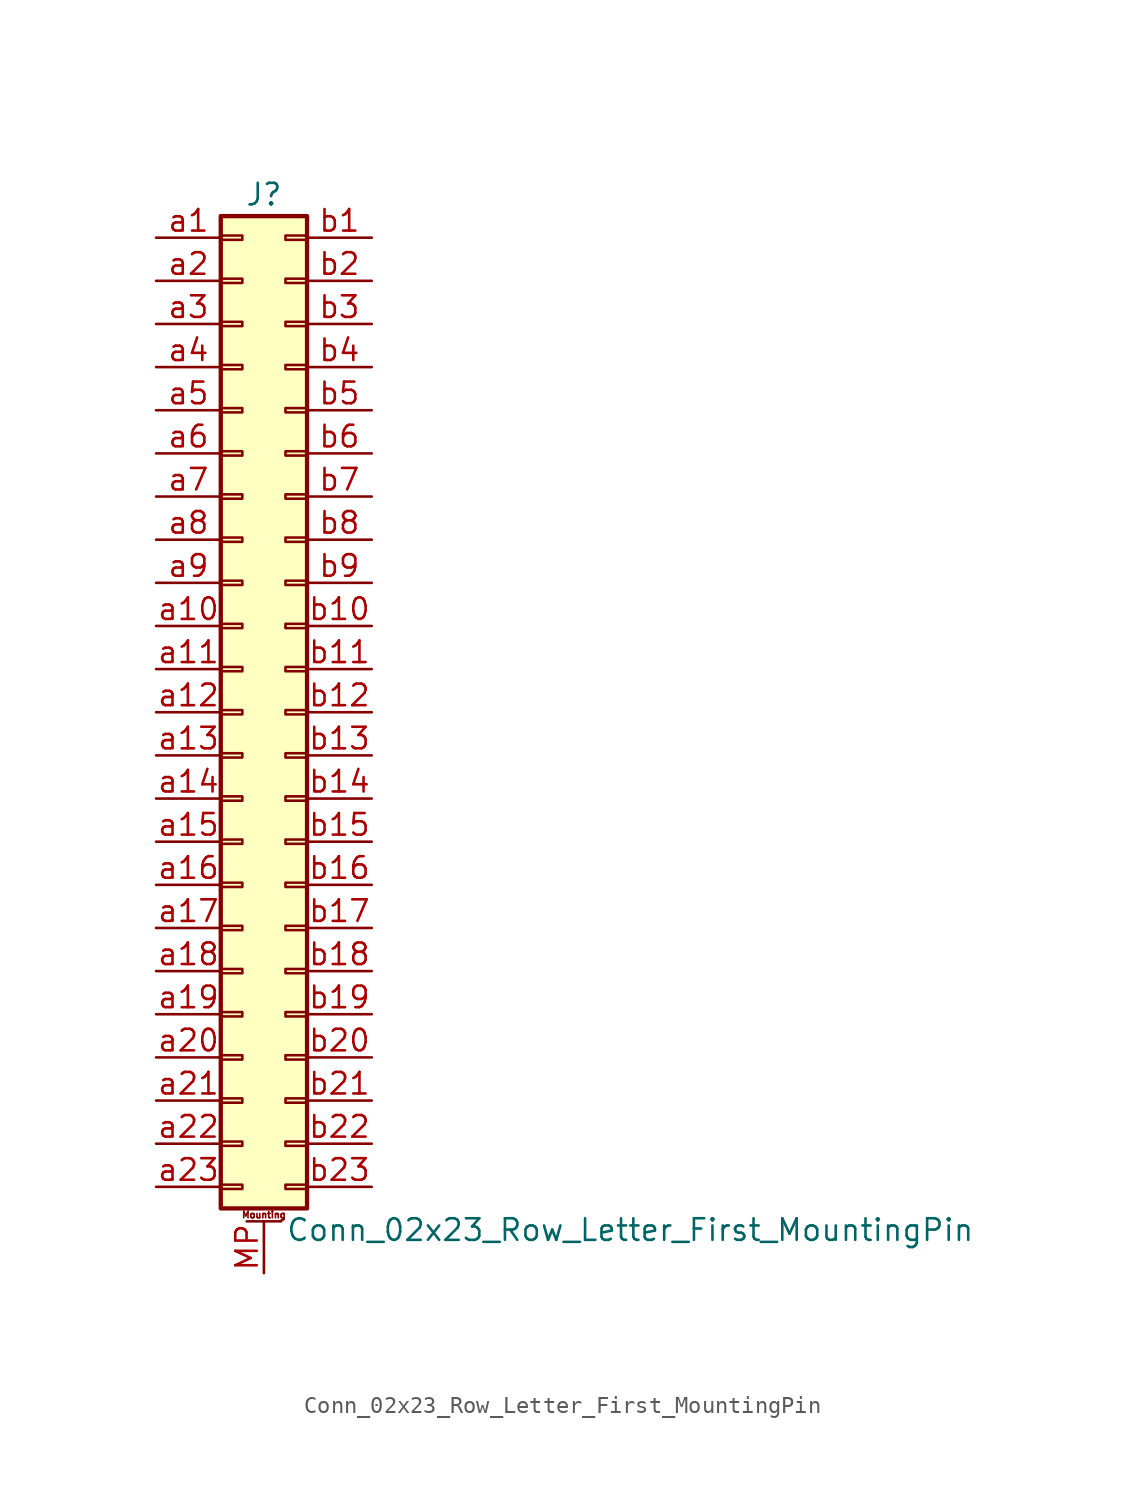
<source format=kicad_sym>
(kicad_symbol_lib
  (version 20201005)
  (generator kicad_symbol_editor)
  (symbol "Conn_02x23_Row_Letter_First_MountingPin"
    (pin_names
      (offset 1.016) hide)
    (property "Reference" "J"
      (at 1.27 30.48 0)
      (effects (font (size 1.27 1.27))))
    (property "Value" "Conn_02x23_Row_Letter_First_MountingPin"
      (at 2.54 -30.48 0)
      (effects (font (size 1.27 1.27)) (justify left)))
    (symbol "Conn_02x23_Row_Letter_First_MountingPin_1_1"
      (text "Mounting" (at 1.27 -29.591 0) (effects (font (size 0.381 0.381))))
      (rectangle (start -1.27 -27.813) (end 0 -28.067) (stroke (width 0.152)) (fill (type none)))
      (rectangle (start -1.27 -25.273) (end 0 -25.527) (stroke (width 0.152)) (fill (type none)))
      (rectangle (start -1.27 -22.733) (end 0 -22.987) (stroke (width 0.152)) (fill (type none)))
      (rectangle (start -1.27 -20.193) (end 0 -20.447) (stroke (width 0.152)) (fill (type none)))
      (rectangle (start -1.27 -17.653) (end 0 -17.907) (stroke (width 0.152)) (fill (type none)))
      (rectangle (start -1.27 -15.113) (end 0 -15.367) (stroke (width 0.152)) (fill (type none)))
      (rectangle (start -1.27 -12.573) (end 0 -12.827) (stroke (width 0.152)) (fill (type none)))
      (rectangle (start -1.27 -10.033) (end 0 -10.287) (stroke (width 0.152)) (fill (type none)))
      (rectangle (start -1.27 -7.493) (end 0 -7.747) (stroke (width 0.152)) (fill (type none)))
      (rectangle (start -1.27 -4.953) (end 0 -5.207) (stroke (width 0.152)) (fill (type none)))
      (rectangle (start -1.27 -2.413) (end 0 -2.667) (stroke (width 0.152)) (fill (type none)))
      (rectangle (start -1.27 0.127) (end 0 -0.127) (stroke (width 0.152)) (fill (type none)))
      (rectangle (start -1.27 2.667) (end 0 2.413) (stroke (width 0.152)) (fill (type none)))
      (rectangle (start -1.27 5.207) (end 0 4.953) (stroke (width 0.152)) (fill (type none)))
      (rectangle (start -1.27 7.747) (end 0 7.493) (stroke (width 0.152)) (fill (type none)))
      (rectangle (start -1.27 10.287) (end 0 10.033) (stroke (width 0.152)) (fill (type none)))
      (rectangle (start -1.27 12.827) (end 0 12.573) (stroke (width 0.152)) (fill (type none)))
      (rectangle (start -1.27 15.367) (end 0 15.113) (stroke (width 0.152)) (fill (type none)))
      (rectangle (start -1.27 17.907) (end 0 17.653) (stroke (width 0.152)) (fill (type none)))
      (rectangle (start -1.27 20.447) (end 0 20.193) (stroke (width 0.152)) (fill (type none)))
      (rectangle (start -1.27 22.987) (end 0 22.733) (stroke (width 0.152)) (fill (type none)))
      (rectangle (start -1.27 25.527) (end 0 25.273) (stroke (width 0.152)) (fill (type none)))
      (rectangle (start -1.27 28.067) (end 0 27.813) (stroke (width 0.152)) (fill (type none)))
      (rectangle (start -1.27 29.21) (end 3.81 -29.21) (stroke (width 0.254)) (fill (type background)))
      (rectangle (start 3.81 -27.813) (end 2.54 -28.067) (stroke (width 0.152)) (fill (type none)))
      (rectangle (start 3.81 -25.273) (end 2.54 -25.527) (stroke (width 0.152)) (fill (type none)))
      (rectangle (start 3.81 -22.733) (end 2.54 -22.987) (stroke (width 0.152)) (fill (type none)))
      (rectangle (start 3.81 -20.193) (end 2.54 -20.447) (stroke (width 0.152)) (fill (type none)))
      (rectangle (start 3.81 -17.653) (end 2.54 -17.907) (stroke (width 0.152)) (fill (type none)))
      (rectangle (start 3.81 -15.113) (end 2.54 -15.367) (stroke (width 0.152)) (fill (type none)))
      (rectangle (start 3.81 -12.573) (end 2.54 -12.827) (stroke (width 0.152)) (fill (type none)))
      (rectangle (start 3.81 -10.033) (end 2.54 -10.287) (stroke (width 0.152)) (fill (type none)))
      (rectangle (start 3.81 -7.493) (end 2.54 -7.747) (stroke (width 0.152)) (fill (type none)))
      (rectangle (start 3.81 -4.953) (end 2.54 -5.207) (stroke (width 0.152)) (fill (type none)))
      (rectangle (start 3.81 -2.413) (end 2.54 -2.667) (stroke (width 0.152)) (fill (type none)))
      (rectangle (start 3.81 0.127) (end 2.54 -0.127) (stroke (width 0.152)) (fill (type none)))
      (rectangle (start 3.81 2.667) (end 2.54 2.413) (stroke (width 0.152)) (fill (type none)))
      (rectangle (start 3.81 5.207) (end 2.54 4.953) (stroke (width 0.152)) (fill (type none)))
      (rectangle (start 3.81 7.747) (end 2.54 7.493) (stroke (width 0.152)) (fill (type none)))
      (rectangle (start 3.81 10.287) (end 2.54 10.033) (stroke (width 0.152)) (fill (type none)))
      (rectangle (start 3.81 12.827) (end 2.54 12.573) (stroke (width 0.152)) (fill (type none)))
      (rectangle (start 3.81 15.367) (end 2.54 15.113) (stroke (width 0.152)) (fill (type none)))
      (rectangle (start 3.81 17.907) (end 2.54 17.653) (stroke (width 0.152)) (fill (type none)))
      (rectangle (start 3.81 20.447) (end 2.54 20.193) (stroke (width 0.152)) (fill (type none)))
      (rectangle (start 3.81 22.987) (end 2.54 22.733) (stroke (width 0.152)) (fill (type none)))
      (rectangle (start 3.81 25.527) (end 2.54 25.273) (stroke (width 0.152)) (fill (type none)))
      (rectangle (start 3.81 28.067) (end 2.54 27.813) (stroke (width 0.152)) (fill (type none)))
      (polyline (pts (xy 0.254 -29.972) (xy 2.286 -29.972)) (stroke (width 0.152)) (fill (type none)))
      (pin passive line (at 1.27 -33.02 90) (length 3.048) (name "MountPin" (effects (font (size 1.27 1.27)))) (number "MP" (effects (font (size 1.27 1.27)))))
      (pin passive line (at -5.08 27.94 0) (length 3.81) (name "Pin_a1" (effects (font (size 1.27 1.27)))) (number "a1" (effects (font (size 1.27 1.27)))))
      (pin passive line (at -5.08 5.08 0) (length 3.81) (name "Pin_a10" (effects (font (size 1.27 1.27)))) (number "a10" (effects (font (size 1.27 1.27)))))
      (pin passive line (at -5.08 2.54 0) (length 3.81) (name "Pin_a11" (effects (font (size 1.27 1.27)))) (number "a11" (effects (font (size 1.27 1.27)))))
      (pin passive line (at -5.08 0 0) (length 3.81) (name "Pin_a12" (effects (font (size 1.27 1.27)))) (number "a12" (effects (font (size 1.27 1.27)))))
      (pin passive line (at -5.08 -2.54 0) (length 3.81) (name "Pin_a13" (effects (font (size 1.27 1.27)))) (number "a13" (effects (font (size 1.27 1.27)))))
      (pin passive line (at -5.08 -5.08 0) (length 3.81) (name "Pin_a14" (effects (font (size 1.27 1.27)))) (number "a14" (effects (font (size 1.27 1.27)))))
      (pin passive line (at -5.08 -7.62 0) (length 3.81) (name "Pin_a15" (effects (font (size 1.27 1.27)))) (number "a15" (effects (font (size 1.27 1.27)))))
      (pin passive line (at -5.08 -10.16 0) (length 3.81) (name "Pin_a16" (effects (font (size 1.27 1.27)))) (number "a16" (effects (font (size 1.27 1.27)))))
      (pin passive line (at -5.08 -12.7 0) (length 3.81) (name "Pin_a17" (effects (font (size 1.27 1.27)))) (number "a17" (effects (font (size 1.27 1.27)))))
      (pin passive line (at -5.08 -15.24 0) (length 3.81) (name "Pin_a18" (effects (font (size 1.27 1.27)))) (number "a18" (effects (font (size 1.27 1.27)))))
      (pin passive line (at -5.08 -17.78 0) (length 3.81) (name "Pin_a19" (effects (font (size 1.27 1.27)))) (number "a19" (effects (font (size 1.27 1.27)))))
      (pin passive line (at -5.08 25.4 0) (length 3.81) (name "Pin_a2" (effects (font (size 1.27 1.27)))) (number "a2" (effects (font (size 1.27 1.27)))))
      (pin passive line (at -5.08 -20.32 0) (length 3.81) (name "Pin_a20" (effects (font (size 1.27 1.27)))) (number "a20" (effects (font (size 1.27 1.27)))))
      (pin passive line (at -5.08 -22.86 0) (length 3.81) (name "Pin_a21" (effects (font (size 1.27 1.27)))) (number "a21" (effects (font (size 1.27 1.27)))))
      (pin passive line (at -5.08 -25.4 0) (length 3.81) (name "Pin_a22" (effects (font (size 1.27 1.27)))) (number "a22" (effects (font (size 1.27 1.27)))))
      (pin passive line (at -5.08 -27.94 0) (length 3.81) (name "Pin_a23" (effects (font (size 1.27 1.27)))) (number "a23" (effects (font (size 1.27 1.27)))))
      (pin passive line (at -5.08 22.86 0) (length 3.81) (name "Pin_a3" (effects (font (size 1.27 1.27)))) (number "a3" (effects (font (size 1.27 1.27)))))
      (pin passive line (at -5.08 20.32 0) (length 3.81) (name "Pin_a4" (effects (font (size 1.27 1.27)))) (number "a4" (effects (font (size 1.27 1.27)))))
      (pin passive line (at -5.08 17.78 0) (length 3.81) (name "Pin_a5" (effects (font (size 1.27 1.27)))) (number "a5" (effects (font (size 1.27 1.27)))))
      (pin passive line (at -5.08 15.24 0) (length 3.81) (name "Pin_a6" (effects (font (size 1.27 1.27)))) (number "a6" (effects (font (size 1.27 1.27)))))
      (pin passive line (at -5.08 12.7 0) (length 3.81) (name "Pin_a7" (effects (font (size 1.27 1.27)))) (number "a7" (effects (font (size 1.27 1.27)))))
      (pin passive line (at -5.08 10.16 0) (length 3.81) (name "Pin_a8" (effects (font (size 1.27 1.27)))) (number "a8" (effects (font (size 1.27 1.27)))))
      (pin passive line (at -5.08 7.62 0) (length 3.81) (name "Pin_a9" (effects (font (size 1.27 1.27)))) (number "a9" (effects (font (size 1.27 1.27)))))
      (pin passive line (at 7.62 27.94 180) (length 3.81) (name "Pin_b1" (effects (font (size 1.27 1.27)))) (number "b1" (effects (font (size 1.27 1.27)))))
      (pin passive line (at 7.62 5.08 180) (length 3.81) (name "Pin_b10" (effects (font (size 1.27 1.27)))) (number "b10" (effects (font (size 1.27 1.27)))))
      (pin passive line (at 7.62 2.54 180) (length 3.81) (name "Pin_b11" (effects (font (size 1.27 1.27)))) (number "b11" (effects (font (size 1.27 1.27)))))
      (pin passive line (at 7.62 0 180) (length 3.81) (name "Pin_b12" (effects (font (size 1.27 1.27)))) (number "b12" (effects (font (size 1.27 1.27)))))
      (pin passive line (at 7.62 -2.54 180) (length 3.81) (name "Pin_b13" (effects (font (size 1.27 1.27)))) (number "b13" (effects (font (size 1.27 1.27)))))
      (pin passive line (at 7.62 -5.08 180) (length 3.81) (name "Pin_b14" (effects (font (size 1.27 1.27)))) (number "b14" (effects (font (size 1.27 1.27)))))
      (pin passive line (at 7.62 -7.62 180) (length 3.81) (name "Pin_b15" (effects (font (size 1.27 1.27)))) (number "b15" (effects (font (size 1.27 1.27)))))
      (pin passive line (at 7.62 -10.16 180) (length 3.81) (name "Pin_b16" (effects (font (size 1.27 1.27)))) (number "b16" (effects (font (size 1.27 1.27)))))
      (pin passive line (at 7.62 -12.7 180) (length 3.81) (name "Pin_b17" (effects (font (size 1.27 1.27)))) (number "b17" (effects (font (size 1.27 1.27)))))
      (pin passive line (at 7.62 -15.24 180) (length 3.81) (name "Pin_b18" (effects (font (size 1.27 1.27)))) (number "b18" (effects (font (size 1.27 1.27)))))
      (pin passive line (at 7.62 -17.78 180) (length 3.81) (name "Pin_b19" (effects (font (size 1.27 1.27)))) (number "b19" (effects (font (size 1.27 1.27)))))
      (pin passive line (at 7.62 25.4 180) (length 3.81) (name "Pin_b2" (effects (font (size 1.27 1.27)))) (number "b2" (effects (font (size 1.27 1.27)))))
      (pin passive line (at 7.62 -20.32 180) (length 3.81) (name "Pin_b20" (effects (font (size 1.27 1.27)))) (number "b20" (effects (font (size 1.27 1.27)))))
      (pin passive line (at 7.62 -22.86 180) (length 3.81) (name "Pin_b21" (effects (font (size 1.27 1.27)))) (number "b21" (effects (font (size 1.27 1.27)))))
      (pin passive line (at 7.62 -25.4 180) (length 3.81) (name "Pin_b22" (effects (font (size 1.27 1.27)))) (number "b22" (effects (font (size 1.27 1.27)))))
      (pin passive line (at 7.62 -27.94 180) (length 3.81) (name "Pin_b23" (effects (font (size 1.27 1.27)))) (number "b23" (effects (font (size 1.27 1.27)))))
      (pin passive line (at 7.62 22.86 180) (length 3.81) (name "Pin_b3" (effects (font (size 1.27 1.27)))) (number "b3" (effects (font (size 1.27 1.27)))))
      (pin passive line (at 7.62 20.32 180) (length 3.81) (name "Pin_b4" (effects (font (size 1.27 1.27)))) (number "b4" (effects (font (size 1.27 1.27)))))
      (pin passive line (at 7.62 17.78 180) (length 3.81) (name "Pin_b5" (effects (font (size 1.27 1.27)))) (number "b5" (effects (font (size 1.27 1.27)))))
      (pin passive line (at 7.62 15.24 180) (length 3.81) (name "Pin_b6" (effects (font (size 1.27 1.27)))) (number "b6" (effects (font (size 1.27 1.27)))))
      (pin passive line (at 7.62 12.7 180) (length 3.81) (name "Pin_b7" (effects (font (size 1.27 1.27)))) (number "b7" (effects (font (size 1.27 1.27)))))
      (pin passive line (at 7.62 10.16 180) (length 3.81) (name "Pin_b8" (effects (font (size 1.27 1.27)))) (number "b8" (effects (font (size 1.27 1.27)))))
      (pin passive line (at 7.62 7.62 180) (length 3.81) (name "Pin_b9" (effects (font (size 1.27 1.27)))) (number "b9" (effects (font (size 1.27 1.27))))))))
</source>
